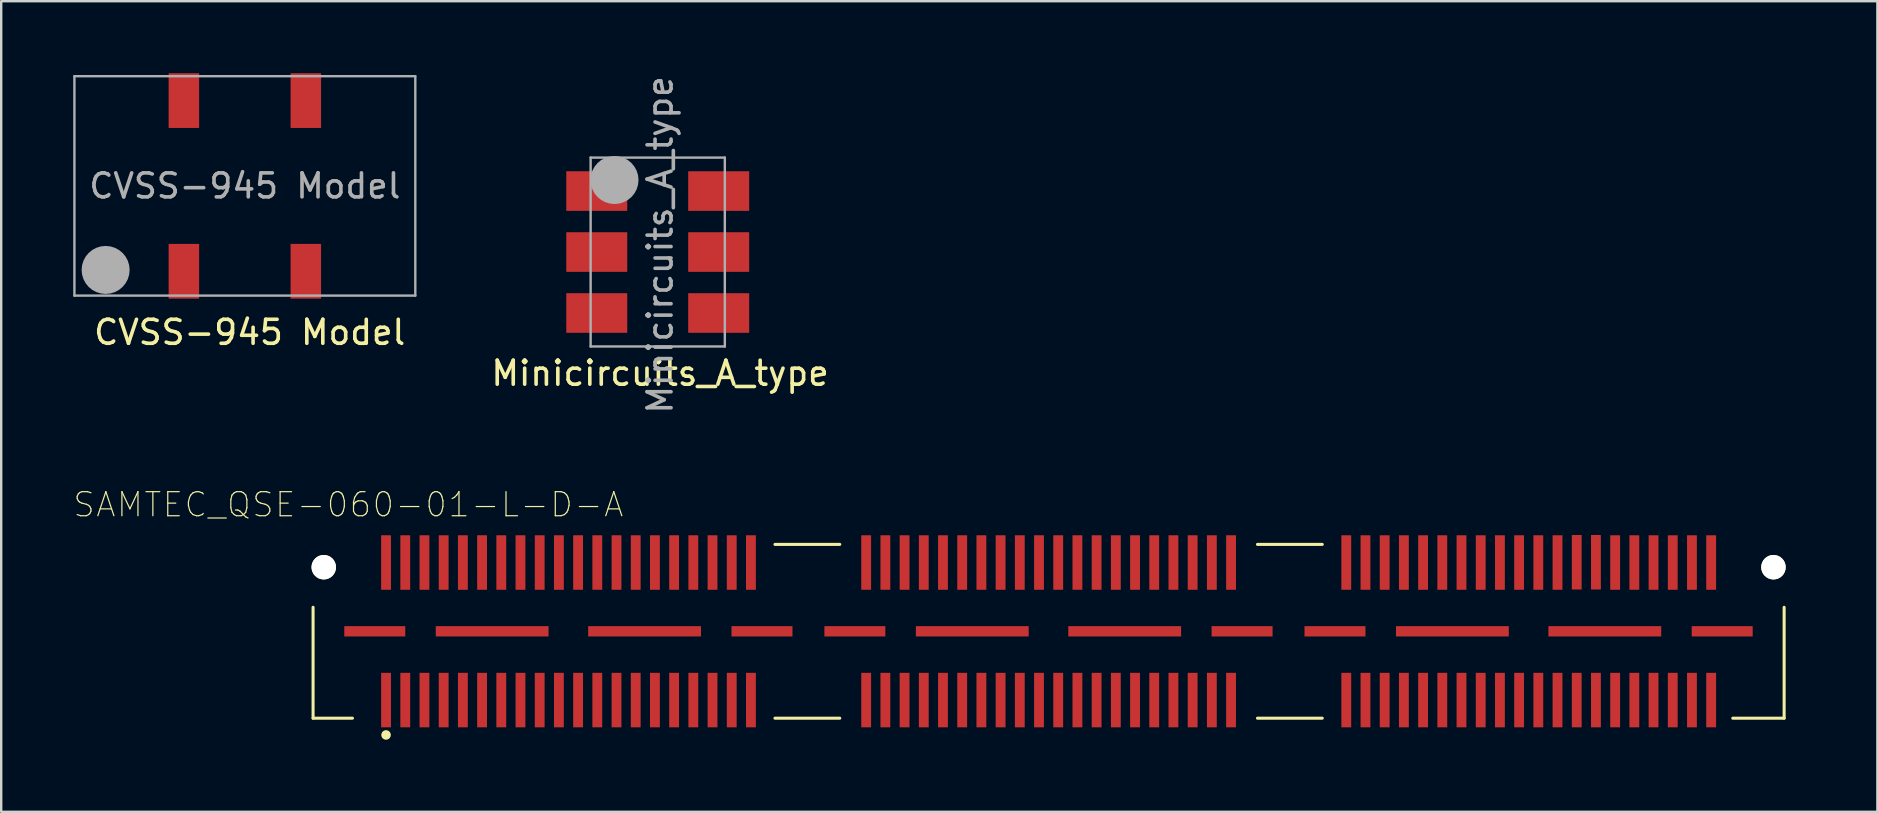
<source format=kicad_pcb>
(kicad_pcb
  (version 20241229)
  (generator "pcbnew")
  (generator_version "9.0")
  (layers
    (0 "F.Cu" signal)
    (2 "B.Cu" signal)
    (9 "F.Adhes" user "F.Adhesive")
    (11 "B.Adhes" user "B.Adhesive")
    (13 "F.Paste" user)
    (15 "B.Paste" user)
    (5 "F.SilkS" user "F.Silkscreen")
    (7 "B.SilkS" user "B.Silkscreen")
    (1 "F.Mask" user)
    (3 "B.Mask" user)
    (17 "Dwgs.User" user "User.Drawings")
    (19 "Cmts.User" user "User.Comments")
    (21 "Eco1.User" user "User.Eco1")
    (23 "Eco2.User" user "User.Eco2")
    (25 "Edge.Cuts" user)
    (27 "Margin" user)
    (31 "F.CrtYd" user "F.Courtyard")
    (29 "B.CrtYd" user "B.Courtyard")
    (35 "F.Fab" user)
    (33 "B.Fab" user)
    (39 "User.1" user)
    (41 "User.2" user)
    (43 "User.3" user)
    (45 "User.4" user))
  (footprint "Minicircuits_A_type"
    (layer "F.Cu")
    (at 24.349 7.449)
    (property "Reference" "Minicircuits_A_type" (at 0.1 5.05 0) (layer "F.SilkS") (effects (font (size 1 1) (thickness 0.15))))
    (attr through_hole)
    (fp_line (start -2.795 -3.935) (end 2.795 -3.935) (stroke (width 0.1) (type solid)) (layer "F.Fab"))
    (fp_line (start -2.795 3.935) (end -2.795 -3.935) (stroke (width 0.1) (type solid)) (layer "F.Fab"))
    (fp_line (start -2.795 3.935) (end 2.795 3.935) (stroke (width 0.1) (type solid)) (layer "F.Fab"))
    (fp_line (start 2.795 3.935) (end 2.795 -3.935) (stroke (width 0.1) (type solid)) (layer "F.Fab"))
    (fp_circle (center -1.8 -3) (end -1.8 -3) (stroke (width 1) (type solid)) (fill no) (layer "F.Fab"))
    (fp_text user "${REFERENCE}" (at 0.1 -0.3 90) (layer "F.Fab") (effects (font (size 1 1) (thickness 0.15))))
    (pad "1" smd rect (at -2.54 -2.54) (size 2.54 1.65) (layers "F.Cu" "F.Mask" "F.Paste"))
    (pad "2" smd rect (at -2.54 0) (size 2.54 1.65) (layers "F.Cu" "F.Mask" "F.Paste"))
    (pad "3" smd rect (at -2.54 2.54) (size 2.54 1.65) (layers "F.Cu" "F.Mask" "F.Paste"))
    (pad "4" smd rect (at 2.54 2.54) (size 2.54 1.65) (layers "F.Cu" "F.Mask" "F.Paste"))
    (pad "5" smd rect (at 2.54 0) (size 2.54 1.65) (layers "F.Cu" "F.Mask" "F.Paste"))
    (pad "6" smd rect (at 2.54 -2.54) (size 2.54 1.65) (layers "F.Cu" "F.Mask" "F.Paste")))
  (footprint "CVSS-945 Model"
    (layer "F.Cu")
    (at 7.15 4.695)
    (property "Reference" "CVSS-945 Model" (at 0.2 6.1 0) (layer "F.SilkS") (effects (font (size 1 1) (thickness 0.15))))
    (attr through_hole)
    (fp_line (start -7.1 4.57) (end -7.1 -4.57) (stroke (width 0.1) (type solid)) (layer "F.Fab"))
    (fp_line (start 7.1 -4.57) (end -7.1 -4.57) (stroke (width 0.1) (type solid)) (layer "F.Fab"))
    (fp_line (start 7.1 4.57) (end -7.1 4.57) (stroke (width 0.1) (type solid)) (layer "F.Fab"))
    (fp_line (start 7.1 4.57) (end 7.1 -4.57) (stroke (width 0.1) (type solid)) (layer "F.Fab"))
    (fp_circle (center -5.8 3.5) (end -5.8 3.5) (stroke (width 1) (type solid)) (fill no) (layer "F.Fab"))
    (fp_text user "${REFERENCE}" (at 0 0 180) (layer "F.Fab") (effects (font (size 1 1) (thickness 0.15))))
    (pad "1" smd rect (at -2.54 3.555 90) (size 2.28 1.27) (layers "F.Cu" "F.Mask" "F.Paste"))
    (pad "2" smd rect (at 2.54 3.555 90) (size 2.28 1.27) (layers "F.Cu" "F.Mask" "F.Paste"))
    (pad "3" smd rect (at 2.54 -3.555 90) (size 2.28 1.27) (layers "F.Cu" "F.Mask" "F.Paste"))
    (pad "4" smd rect (at -2.54 -3.555 90) (size 2.28 1.27) (layers "F.Cu" "F.Mask" "F.Paste")))
  (footprint "SAMTEC_QSE-060-01-L-D-A"
    (layer "F.Cu")
    (at 40.632 23.248)
    (property "Reference" "SAMTEC_QSE-060-01-L-D-A" (at -29.171 -5.276 0) (layer "F.SilkS") (effects (font (size 1.003 1.003) (thickness 0.05))))
    (attr smd)
    (fp_line (start -30.64 -1) (end -30.64 3.62) (stroke (width 0.127) (type solid)) (layer "F.SilkS"))
    (fp_line (start -30.64 3.62) (end -29 3.62) (stroke (width 0.127) (type solid)) (layer "F.SilkS"))
    (fp_line (start -11.4 -3.62) (end -8.7 -3.62) (stroke (width 0.127) (type solid)) (layer "F.SilkS"))
    (fp_line (start -11.4 3.62) (end -8.7 3.62) (stroke (width 0.127) (type solid)) (layer "F.SilkS"))
    (fp_line (start 8.7 -3.62) (end 11.4 -3.62) (stroke (width 0.127) (type solid)) (layer "F.SilkS"))
    (fp_line (start 8.7 3.62) (end 11.4 3.62) (stroke (width 0.127) (type solid)) (layer "F.SilkS"))
    (fp_line (start 28.5 3.62) (end 30.64 3.62) (stroke (width 0.127) (type solid)) (layer "F.SilkS"))
    (fp_line (start 30.64 3.62) (end 30.64 -1) (stroke (width 0.127) (type solid)) (layer "F.SilkS"))
    (fp_circle (center -27.6 4.318) (end -27.5 4.318) (stroke (width 0.2) (type solid)) (fill no) (layer "F.SilkS"))
    (fp_line (start -31.625 -4.25) (end -31.625 -1.375) (stroke (width 0.05) (type solid)) (layer "Eco1.User"))
    (fp_line (start -31.625 -1.375) (end -30.89 -1.375) (stroke (width 0.05) (type solid)) (layer "Eco1.User"))
    (fp_line (start -30.89 -1.375) (end -30.89 4.25) (stroke (width 0.05) (type solid)) (layer "Eco1.User"))
    (fp_line (start -30.89 4.25) (end 30.89 4.25) (stroke (width 0.05) (type solid)) (layer "Eco1.User"))
    (fp_line (start 30.89 -1.75) (end 31.5 -1.75) (stroke (width 0.05) (type solid)) (layer "Eco1.User"))
    (fp_line (start 30.89 4.25) (end 30.89 -1.75) (stroke (width 0.05) (type solid)) (layer "Eco1.User"))
    (fp_line (start 31.5 -4.25) (end -31.625 -4.25) (stroke (width 0.05) (type solid)) (layer "Eco1.User"))
    (fp_line (start 31.5 -1.75) (end 31.5 -4.25) (stroke (width 0.05) (type solid)) (layer "Eco1.User"))
    (fp_line (start -30.64 -3.62) (end -30.64 3.62) (stroke (width 0.127) (type solid)) (layer "Eco2.User"))
    (fp_line (start -30.64 3.62) (end 30.64 3.62) (stroke (width 0.127) (type solid)) (layer "Eco2.User"))
    (fp_line (start -28.171 -3.81) (end -28.171 3.81) (stroke (width 0.127) (type solid)) (layer "Eco2.User"))
    (fp_line (start -28.171 3.81) (end -11.829 3.81) (stroke (width 0.127) (type solid)) (layer "Eco2.User"))
    (fp_line (start -11.829 -3.81) (end -28.171 -3.81) (stroke (width 0.127) (type solid)) (layer "Eco2.User"))
    (fp_line (start -11.829 3.81) (end -11.829 -3.81) (stroke (width 0.127) (type solid)) (layer "Eco2.User"))
    (fp_line (start -8.171 -3.81) (end -8.171 3.81) (stroke (width 0.127) (type solid)) (layer "Eco2.User"))
    (fp_line (start -8.171 3.81) (end 8.171 3.81) (stroke (width 0.127) (type solid)) (layer "Eco2.User"))
    (fp_line (start 8.171 -3.81) (end -8.171 -3.81) (stroke (width 0.127) (type solid)) (layer "Eco2.User"))
    (fp_line (start 8.171 3.81) (end 8.171 -3.81) (stroke (width 0.127) (type solid)) (layer "Eco2.User"))
    (fp_line (start 11.829 -3.81) (end 11.829 3.81) (stroke (width 0.127) (type solid)) (layer "Eco2.User"))
    (fp_line (start 11.829 3.81) (end 28 3.81) (stroke (width 0.127) (type solid)) (layer "Eco2.User"))
    (fp_line (start 28 -3.81) (end 11.829 -3.81) (stroke (width 0.127) (type solid)) (layer "Eco2.User"))
    (fp_line (start 28 3.81) (end 28 -3.81) (stroke (width 0.127) (type solid)) (layer "Eco2.User"))
    (fp_line (start 30.64 -3.62) (end -30.64 -3.62) (stroke (width 0.127) (type solid)) (layer "Eco2.User"))
    (fp_line (start 30.64 3.62) (end 30.64 -3.62) (stroke (width 0.127) (type solid)) (layer "Eco2.User"))
    (pad "" np_thru_hole circle (at -30.195 -2.67) (size 1.02 1.02) (drill 1.02) (layers "*.Cu" "*.Mask" "F.SilkS"))
    (pad "" np_thru_hole circle (at 30.195 -2.67) (size 1.02 1.02) (drill 1.02) (layers "*.Cu" "*.Mask" "F.SilkS"))
    (pad "1" smd rect (at -27.6 2.865 90) (size 2.27 0.41) (layers "F.Cu" "F.Mask" "F.Paste"))
    (pad "2" smd rect (at -27.6 -2.865 90) (size 2.27 0.41) (layers "F.Cu" "F.Mask" "F.Paste"))
    (pad "3" smd rect (at -26.8 2.865 90) (size 2.27 0.41) (layers "F.Cu" "F.Mask" "F.Paste"))
    (pad "4" smd rect (at -26.8 -2.865 90) (size 2.27 0.41) (layers "F.Cu" "F.Mask" "F.Paste"))
    (pad "5" smd rect (at -26 2.865 90) (size 2.27 0.41) (layers "F.Cu" "F.Mask" "F.Paste"))
    (pad "6" smd rect (at -26 -2.865 90) (size 2.27 0.41) (layers "F.Cu" "F.Mask" "F.Paste"))
    (pad "7" smd rect (at -25.2 2.865 90) (size 2.27 0.41) (layers "F.Cu" "F.Mask" "F.Paste"))
    (pad "8" smd rect (at -25.2 -2.865 90) (size 2.27 0.41) (layers "F.Cu" "F.Mask" "F.Paste"))
    (pad "9" smd rect (at -24.4 2.865 90) (size 2.27 0.41) (layers "F.Cu" "F.Mask" "F.Paste"))
    (pad "10" smd rect (at -24.4 -2.865 90) (size 2.27 0.41) (layers "F.Cu" "F.Mask" "F.Paste"))
    (pad "11" smd rect (at -23.6 2.865 90) (size 2.27 0.41) (layers "F.Cu" "F.Mask" "F.Paste"))
    (pad "12" smd rect (at -23.6 -2.865 90) (size 2.27 0.41) (layers "F.Cu" "F.Mask" "F.Paste"))
    (pad "13" smd rect (at -22.8 2.865 90) (size 2.27 0.41) (layers "F.Cu" "F.Mask" "F.Paste"))
    (pad "14" smd rect (at -22.8 -2.865 90) (size 2.27 0.41) (layers "F.Cu" "F.Mask" "F.Paste"))
    (pad "15" smd rect (at -22 2.865 90) (size 2.27 0.41) (layers "F.Cu" "F.Mask" "F.Paste"))
    (pad "16" smd rect (at -22 -2.865 90) (size 2.27 0.41) (layers "F.Cu" "F.Mask" "F.Paste"))
    (pad "17" smd rect (at -21.2 2.865 90) (size 2.27 0.41) (layers "F.Cu" "F.Mask" "F.Paste"))
    (pad "18" smd rect (at -21.2 -2.865 90) (size 2.27 0.41) (layers "F.Cu" "F.Mask" "F.Paste"))
    (pad "19" smd rect (at -20.4 2.865 90) (size 2.27 0.41) (layers "F.Cu" "F.Mask" "F.Paste"))
    (pad "20" smd rect (at -20.4 -2.865 90) (size 2.27 0.41) (layers "F.Cu" "F.Mask" "F.Paste"))
    (pad "21" smd rect (at -19.6 2.865 90) (size 2.27 0.41) (layers "F.Cu" "F.Mask" "F.Paste"))
    (pad "22" smd rect (at -19.6 -2.865 90) (size 2.27 0.41) (layers "F.Cu" "F.Mask" "F.Paste"))
    (pad "23" smd rect (at -18.8 2.865 90) (size 2.27 0.41) (layers "F.Cu" "F.Mask" "F.Paste"))
    (pad "24" smd rect (at -18.8 -2.865 90) (size 2.27 0.41) (layers "F.Cu" "F.Mask" "F.Paste"))
    (pad "25" smd rect (at -18 2.865 90) (size 2.27 0.41) (layers "F.Cu" "F.Mask" "F.Paste"))
    (pad "26" smd rect (at -18 -2.865 90) (size 2.27 0.41) (layers "F.Cu" "F.Mask" "F.Paste"))
    (pad "27" smd rect (at -17.2 2.865 90) (size 2.27 0.41) (layers "F.Cu" "F.Mask" "F.Paste"))
    (pad "28" smd rect (at -17.2 -2.865 90) (size 2.27 0.41) (layers "F.Cu" "F.Mask" "F.Paste"))
    (pad "29" smd rect (at -16.4 2.865 90) (size 2.27 0.41) (layers "F.Cu" "F.Mask" "F.Paste"))
    (pad "30" smd rect (at -16.4 -2.865 90) (size 2.27 0.41) (layers "F.Cu" "F.Mask" "F.Paste"))
    (pad "31" smd rect (at -15.6 2.865 90) (size 2.27 0.41) (layers "F.Cu" "F.Mask" "F.Paste"))
    (pad "32" smd rect (at -15.6 -2.865 90) (size 2.27 0.41) (layers "F.Cu" "F.Mask" "F.Paste"))
    (pad "33" smd rect (at -14.8 2.865 90) (size 2.27 0.41) (layers "F.Cu" "F.Mask" "F.Paste"))
    (pad "34" smd rect (at -14.8 -2.865 90) (size 2.27 0.41) (layers "F.Cu" "F.Mask" "F.Paste"))
    (pad "35" smd rect (at -14 2.865 90) (size 2.27 0.41) (layers "F.Cu" "F.Mask" "F.Paste"))
    (pad "36" smd rect (at -14 -2.865 90) (size 2.27 0.41) (layers "F.Cu" "F.Mask" "F.Paste"))
    (pad "37" smd rect (at -13.2 2.865 90) (size 2.27 0.41) (layers "F.Cu" "F.Mask" "F.Paste"))
    (pad "38" smd rect (at -13.2 -2.865 90) (size 2.27 0.41) (layers "F.Cu" "F.Mask" "F.Paste"))
    (pad "39" smd rect (at -12.4 2.865 90) (size 2.27 0.41) (layers "F.Cu" "F.Mask" "F.Paste"))
    (pad "40" smd rect (at -12.4 -2.865 90) (size 2.27 0.41) (layers "F.Cu" "F.Mask" "F.Paste"))
    (pad "41" smd rect (at -7.6 2.865 90) (size 2.27 0.41) (layers "F.Cu" "F.Mask" "F.Paste"))
    (pad "42" smd rect (at -7.6 -2.865 90) (size 2.27 0.41) (layers "F.Cu" "F.Mask" "F.Paste"))
    (pad "43" smd rect (at -6.8 2.865 90) (size 2.27 0.41) (layers "F.Cu" "F.Mask" "F.Paste"))
    (pad "44" smd rect (at -6.8 -2.865 90) (size 2.27 0.41) (layers "F.Cu" "F.Mask" "F.Paste"))
    (pad "45" smd rect (at -6 2.865 90) (size 2.27 0.41) (layers "F.Cu" "F.Mask" "F.Paste"))
    (pad "46" smd rect (at -6 -2.865 90) (size 2.27 0.41) (layers "F.Cu" "F.Mask" "F.Paste"))
    (pad "47" smd rect (at -5.2 2.865 90) (size 2.27 0.41) (layers "F.Cu" "F.Mask" "F.Paste"))
    (pad "48" smd rect (at -5.2 -2.865 90) (size 2.27 0.41) (layers "F.Cu" "F.Mask" "F.Paste"))
    (pad "49" smd rect (at -4.4 2.865 90) (size 2.27 0.41) (layers "F.Cu" "F.Mask" "F.Paste"))
    (pad "50" smd rect (at -4.4 -2.865 90) (size 2.27 0.41) (layers "F.Cu" "F.Mask" "F.Paste"))
    (pad "51" smd rect (at -3.6 2.865 90) (size 2.27 0.41) (layers "F.Cu" "F.Mask" "F.Paste"))
    (pad "52" smd rect (at -3.6 -2.865 90) (size 2.27 0.41) (layers "F.Cu" "F.Mask" "F.Paste"))
    (pad "53" smd rect (at -2.8 2.865 90) (size 2.27 0.41) (layers "F.Cu" "F.Mask" "F.Paste"))
    (pad "54" smd rect (at -2.8 -2.865 90) (size 2.27 0.41) (layers "F.Cu" "F.Mask" "F.Paste"))
    (pad "55" smd rect (at -2 2.865 90) (size 2.27 0.41) (layers "F.Cu" "F.Mask" "F.Paste"))
    (pad "56" smd rect (at -2 -2.865 90) (size 2.27 0.41) (layers "F.Cu" "F.Mask" "F.Paste"))
    (pad "57" smd rect (at -1.2 2.865 90) (size 2.27 0.41) (layers "F.Cu" "F.Mask" "F.Paste"))
    (pad "58" smd rect (at -1.2 -2.865 90) (size 2.27 0.41) (layers "F.Cu" "F.Mask" "F.Paste"))
    (pad "59" smd rect (at -0.4 2.865 90) (size 2.27 0.41) (layers "F.Cu" "F.Mask" "F.Paste"))
    (pad "60" smd rect (at -0.4 -2.865 90) (size 2.27 0.41) (layers "F.Cu" "F.Mask" "F.Paste"))
    (pad "61" smd rect (at 0.4 2.865 90) (size 2.27 0.41) (layers "F.Cu" "F.Mask" "F.Paste"))
    (pad "62" smd rect (at 0.4 -2.865 90) (size 2.27 0.41) (layers "F.Cu" "F.Mask" "F.Paste"))
    (pad "63" smd rect (at 1.2 2.865 90) (size 2.27 0.41) (layers "F.Cu" "F.Mask" "F.Paste"))
    (pad "64" smd rect (at 1.2 -2.865 90) (size 2.27 0.41) (layers "F.Cu" "F.Mask" "F.Paste"))
    (pad "65" smd rect (at 2 2.865 90) (size 2.27 0.41) (layers "F.Cu" "F.Mask" "F.Paste"))
    (pad "66" smd rect (at 2 -2.865 90) (size 2.27 0.41) (layers "F.Cu" "F.Mask" "F.Paste"))
    (pad "67" smd rect (at 2.8 2.865 90) (size 2.27 0.41) (layers "F.Cu" "F.Mask" "F.Paste"))
    (pad "68" smd rect (at 2.8 -2.865 90) (size 2.27 0.41) (layers "F.Cu" "F.Mask" "F.Paste"))
    (pad "69" smd rect (at 3.6 2.865 90) (size 2.27 0.41) (layers "F.Cu" "F.Mask" "F.Paste"))
    (pad "70" smd rect (at 3.6 -2.865 90) (size 2.27 0.41) (layers "F.Cu" "F.Mask" "F.Paste"))
    (pad "71" smd rect (at 4.4 2.865 90) (size 2.27 0.41) (layers "F.Cu" "F.Mask" "F.Paste"))
    (pad "72" smd rect (at 4.4 -2.865 90) (size 2.27 0.41) (layers "F.Cu" "F.Mask" "F.Paste"))
    (pad "73" smd rect (at 5.2 2.865 90) (size 2.27 0.41) (layers "F.Cu" "F.Mask" "F.Paste"))
    (pad "74" smd rect (at 5.2 -2.865 90) (size 2.27 0.41) (layers "F.Cu" "F.Mask" "F.Paste"))
    (pad "75" smd rect (at 6 2.865 90) (size 2.27 0.41) (layers "F.Cu" "F.Mask" "F.Paste"))
    (pad "76" smd rect (at 6 -2.865 90) (size 2.27 0.41) (layers "F.Cu" "F.Mask" "F.Paste"))
    (pad "77" smd rect (at 6.8 2.865 90) (size 2.27 0.41) (layers "F.Cu" "F.Mask" "F.Paste"))
    (pad "78" smd rect (at 6.8 -2.865 90) (size 2.27 0.41) (layers "F.Cu" "F.Mask" "F.Paste"))
    (pad "79" smd rect (at 7.6 2.865 90) (size 2.27 0.41) (layers "F.Cu" "F.Mask" "F.Paste"))
    (pad "80" smd rect (at 7.6 -2.865 90) (size 2.27 0.41) (layers "F.Cu" "F.Mask" "F.Paste"))
    (pad "81" smd rect (at 12.4 2.865 90) (size 2.27 0.41) (layers "F.Cu" "F.Mask" "F.Paste"))
    (pad "82" smd rect (at 12.4 -2.865 90) (size 2.27 0.41) (layers "F.Cu" "F.Mask" "F.Paste"))
    (pad "83" smd rect (at 13.2 2.865 90) (size 2.27 0.41) (layers "F.Cu" "F.Mask" "F.Paste"))
    (pad "84" smd rect (at 13.2 -2.865 90) (size 2.27 0.41) (layers "F.Cu" "F.Mask" "F.Paste"))
    (pad "85" smd rect (at 14 2.865 90) (size 2.27 0.41) (layers "F.Cu" "F.Mask" "F.Paste"))
    (pad "86" smd rect (at 14 -2.865 90) (size 2.27 0.41) (layers "F.Cu" "F.Mask" "F.Paste"))
    (pad "87" smd rect (at 14.8 2.865 90) (size 2.27 0.41) (layers "F.Cu" "F.Mask" "F.Paste"))
    (pad "88" smd rect (at 14.8 -2.865 90) (size 2.27 0.41) (layers "F.Cu" "F.Mask" "F.Paste"))
    (pad "89" smd rect (at 15.6 2.865 90) (size 2.27 0.41) (layers "F.Cu" "F.Mask" "F.Paste"))
    (pad "90" smd rect (at 15.6 -2.865 90) (size 2.27 0.41) (layers "F.Cu" "F.Mask" "F.Paste"))
    (pad "91" smd rect (at 16.4 2.865 90) (size 2.27 0.41) (layers "F.Cu" "F.Mask" "F.Paste"))
    (pad "92" smd rect (at 16.4 -2.865 90) (size 2.27 0.41) (layers "F.Cu" "F.Mask" "F.Paste"))
    (pad "93" smd rect (at 17.2 2.865 90) (size 2.27 0.41) (layers "F.Cu" "F.Mask" "F.Paste"))
    (pad "94" smd rect (at 17.2 -2.865 90) (size 2.27 0.41) (layers "F.Cu" "F.Mask" "F.Paste"))
    (pad "95" smd rect (at 18 2.865 90) (size 2.27 0.41) (layers "F.Cu" "F.Mask" "F.Paste"))
    (pad "96" smd rect (at 18 -2.865 90) (size 2.27 0.41) (layers "F.Cu" "F.Mask" "F.Paste"))
    (pad "97" smd rect (at 18.8 2.865 90) (size 2.27 0.41) (layers "F.Cu" "F.Mask" "F.Paste"))
    (pad "98" smd rect (at 18.8 -2.865 90) (size 2.27 0.41) (layers "F.Cu" "F.Mask" "F.Paste"))
    (pad "99" smd rect (at 19.6 2.865 90) (size 2.27 0.41) (layers "F.Cu" "F.Mask" "F.Paste"))
    (pad "100" smd rect (at 19.6 -2.865 90) (size 2.27 0.41) (layers "F.Cu" "F.Mask" "F.Paste"))
    (pad "101" smd rect (at 20.4 2.865 90) (size 2.27 0.41) (layers "F.Cu" "F.Mask" "F.Paste"))
    (pad "102" smd rect (at 20.4 -2.865 90) (size 2.27 0.41) (layers "F.Cu" "F.Mask" "F.Paste"))
    (pad "103" smd rect (at 21.2 2.865 90) (size 2.27 0.41) (layers "F.Cu" "F.Mask" "F.Paste"))
    (pad "104" smd rect (at 21.2 -2.865 90) (size 2.27 0.41) (layers "F.Cu" "F.Mask" "F.Paste"))
    (pad "105" smd rect (at 22 2.865 90) (size 2.27 0.41) (layers "F.Cu" "F.Mask" "F.Paste"))
    (pad "106" smd rect (at 22 -2.876 90) (size 2.27 0.41) (layers "F.Cu" "F.Mask" "F.Paste"))
    (pad "107" smd rect (at 22.8 2.865 90) (size 2.27 0.41) (layers "F.Cu" "F.Mask" "F.Paste"))
    (pad "108" smd rect (at 22.8 -2.876 90) (size 2.27 0.41) (layers "F.Cu" "F.Mask" "F.Paste"))
    (pad "109" smd rect (at 23.6 2.865 90) (size 2.27 0.41) (layers "F.Cu" "F.Mask" "F.Paste"))
    (pad "110" smd rect (at 23.6 -2.865 90) (size 2.27 0.41) (layers "F.Cu" "F.Mask" "F.Paste"))
    (pad "111" smd rect (at 24.4 2.865 90) (size 2.27 0.41) (layers "F.Cu" "F.Mask" "F.Paste"))
    (pad "112" smd rect (at 24.4 -2.865 90) (size 2.27 0.41) (layers "F.Cu" "F.Mask" "F.Paste"))
    (pad "113" smd rect (at 25.2 2.865 90) (size 2.27 0.41) (layers "F.Cu" "F.Mask" "F.Paste"))
    (pad "114" smd rect (at 25.2 -2.865 90) (size 2.27 0.41) (layers "F.Cu" "F.Mask" "F.Paste"))
    (pad "115" smd rect (at 26 2.865 90) (size 2.27 0.41) (layers "F.Cu" "F.Mask" "F.Paste"))
    (pad "116" smd rect (at 26 -2.865 90) (size 2.27 0.41) (layers "F.Cu" "F.Mask" "F.Paste"))
    (pad "117" smd rect (at 26.8 2.865 90) (size 2.27 0.41) (layers "F.Cu" "F.Mask" "F.Paste"))
    (pad "118" smd rect (at 26.8 -2.865 90) (size 2.27 0.41) (layers "F.Cu" "F.Mask" "F.Paste"))
    (pad "119" smd rect (at 27.6 2.865 90) (size 2.27 0.41) (layers "F.Cu" "F.Mask" "F.Paste"))
    (pad "120" smd rect (at 27.6 -2.865 90) (size 2.27 0.41) (layers "F.Cu" "F.Mask" "F.Paste"))
    (pad "121" smd rect (at -28.07 0) (size 2.54 0.43) (layers "F.Cu" "F.Mask" "F.Paste"))
    (pad "122" smd rect (at -23.18 0) (size 4.7 0.43) (layers "F.Cu" "F.Mask" "F.Paste"))
    (pad "123" smd rect (at -16.83 0) (size 4.7 0.43) (layers "F.Cu" "F.Mask" "F.Paste"))
    (pad "124" smd rect (at -11.94 0) (size 2.54 0.43) (layers "F.Cu" "F.Mask" "F.Paste"))
    (pad "125" smd rect (at -8.07 0) (size 2.54 0.43) (layers "F.Cu" "F.Mask" "F.Paste"))
    (pad "126" smd rect (at -3.18 0) (size 4.7 0.43) (layers "F.Cu" "F.Mask" "F.Paste"))
    (pad "127" smd rect (at 3.17 0) (size 4.7 0.43) (layers "F.Cu" "F.Mask" "F.Paste"))
    (pad "128" smd rect (at 8.06 0) (size 2.54 0.43) (layers "F.Cu" "F.Mask" "F.Paste"))
    (pad "129" smd rect (at 11.93 0) (size 2.54 0.43) (layers "F.Cu" "F.Mask" "F.Paste"))
    (pad "130" smd rect (at 16.82 0) (size 4.7 0.43) (layers "F.Cu" "F.Mask" "F.Paste"))
    (pad "131" smd rect (at 23.17 0) (size 4.7 0.43) (layers "F.Cu" "F.Mask" "F.Paste"))
    (pad "132" smd rect (at 28.06 0) (size 2.54 0.43) (layers "F.Cu" "F.Mask" "F.Paste")))
  (gr_rect
    (start -3 -3)
    (end 75.157 30.766)
    (stroke (width 0.1) (type default))
    (fill no)
    (layer "Edge.Cuts")))
</source>
